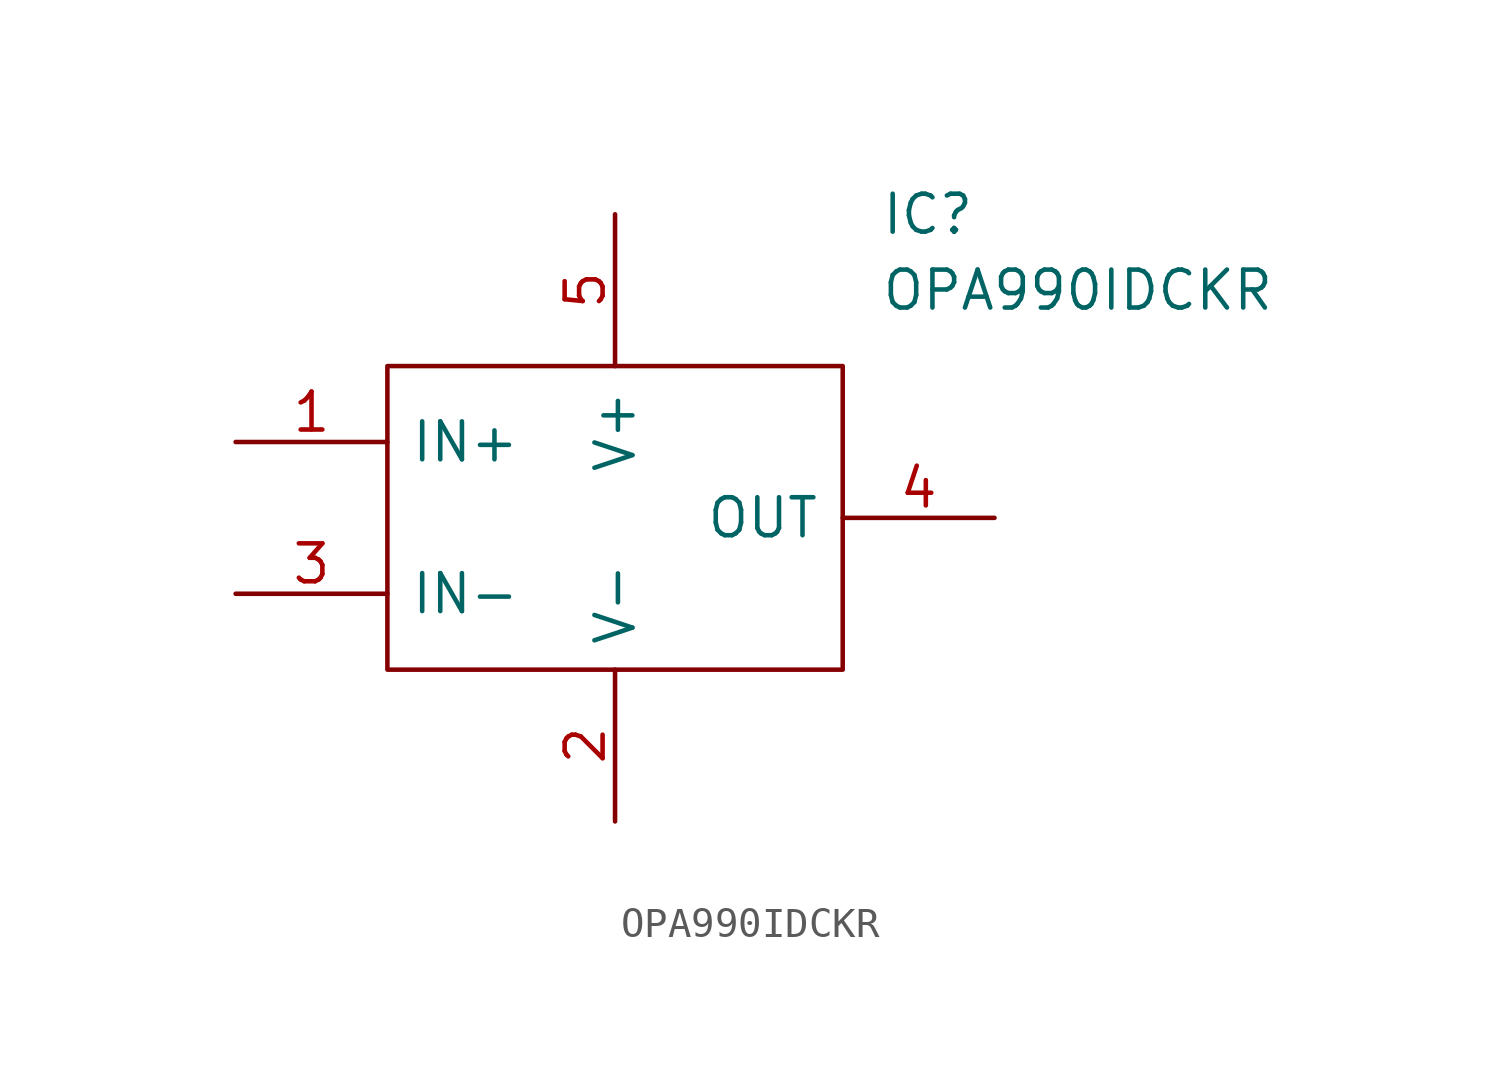
<source format=kicad_sym>
(kicad_symbol_lib
  (version 20220914)
  (generator kicad_symbol_editor)
  (symbol "OPA990IDCKR"
    (pin_names
      (offset 0.762))
    (property "Reference" "IC"
      (at 21.59 7.62 0)
      (effects (font (size 1.27 1.27)) (justify left)))
    (property "Value" "OPA990IDCKR"
      (at 21.59 5.08 0)
      (effects (font (size 1.27 1.27)) (justify left)))
    (symbol "OPA990IDCKR_0_0"
      (pin passive line (at 12.7 -12.7 90) (length 5.08) (name "V-" (effects (font (size 1.27 1.27)))) (number "2" (effects (font (size 1.27 1.27)))))
      (pin passive line (at 12.7 7.62 270) (length 5.08) (name "V+" (effects (font (size 1.27 1.27)))) (number "5" (effects (font (size 1.27 1.27))))))
    (symbol "OPA990IDCKR_0_1"
      (polyline (pts (xy 5.08 2.54) (xy 20.32 2.54) (xy 20.32 -7.62) (xy 5.08 -7.62) (xy 5.08 2.54)) (stroke (width 0.152) (type solid)) (fill (type none))))
    (symbol "OPA990IDCKR_1_0"
      (pin passive line (at 0 0 0) (length 5.08) (name "IN+" (effects (font (size 1.27 1.27)))) (number "1" (effects (font (size 1.27 1.27)))))
      (pin passive line (at 0 -5.08 0) (length 5.08) (name "IN-" (effects (font (size 1.27 1.27)))) (number "3" (effects (font (size 1.27 1.27)))))
      (pin passive line (at 25.4 -2.54 180) (length 5.08) (name "OUT" (effects (font (size 1.27 1.27)))) (number "4" (effects (font (size 1.27 1.27))))))))
</source>
